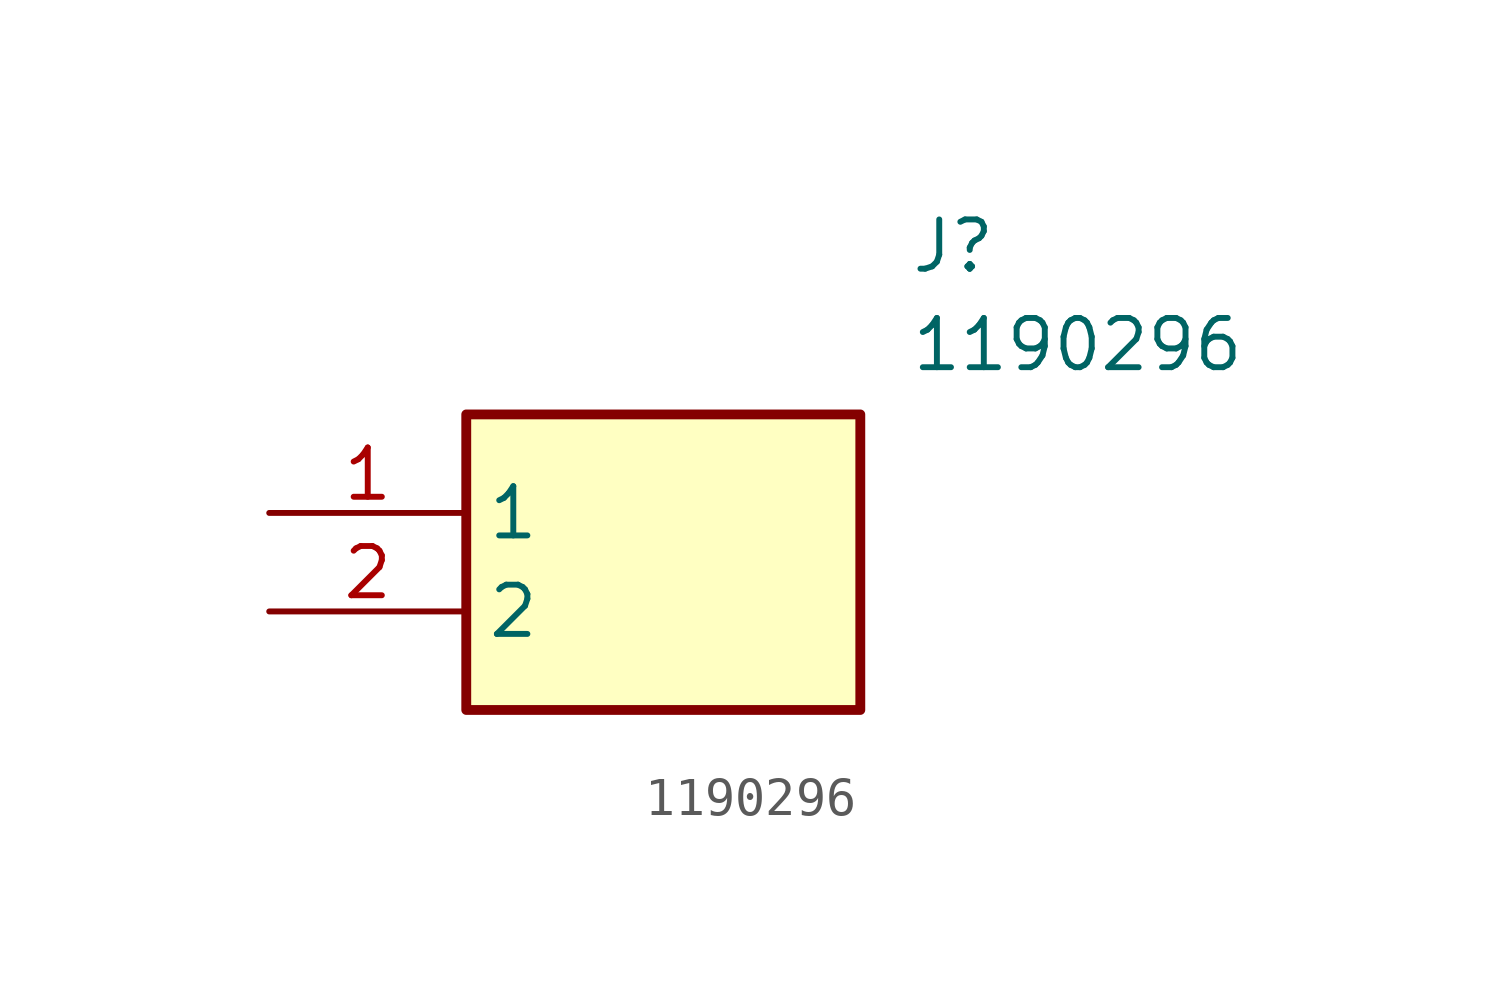
<source format=kicad_sym>
(kicad_symbol_lib
  (version 20211014)
  (generator SamacSys_ECAD_Model)
  (symbol "1190296"
    (property "Reference" "J"
      (at 16.51 7.62 0)
      (effects (font (size 1.27 1.27)) (justify left top)))
    (property "Value" "1190296"
      (at 16.51 5.08 0)
      (effects (font (size 1.27 1.27)) (justify left top)))
    (rectangle
      (start 5.08 2.54)
      (end 15.24 -5.08)
      (stroke (width 0.254) (type default))
      (fill (type background)))
    (pin passive line
      (at 0 0 0)
      (length 5.08)
      (name "1" (effects (font (size 1.27 1.27))))
      (number "1" (effects (font (size 1.27 1.27)))))
    (pin passive line
      (at 0 -2.54 0)
      (length 5.08)
      (name "2" (effects (font (size 1.27 1.27))))
      (number "2" (effects (font (size 1.27 1.27)))))))
</source>
